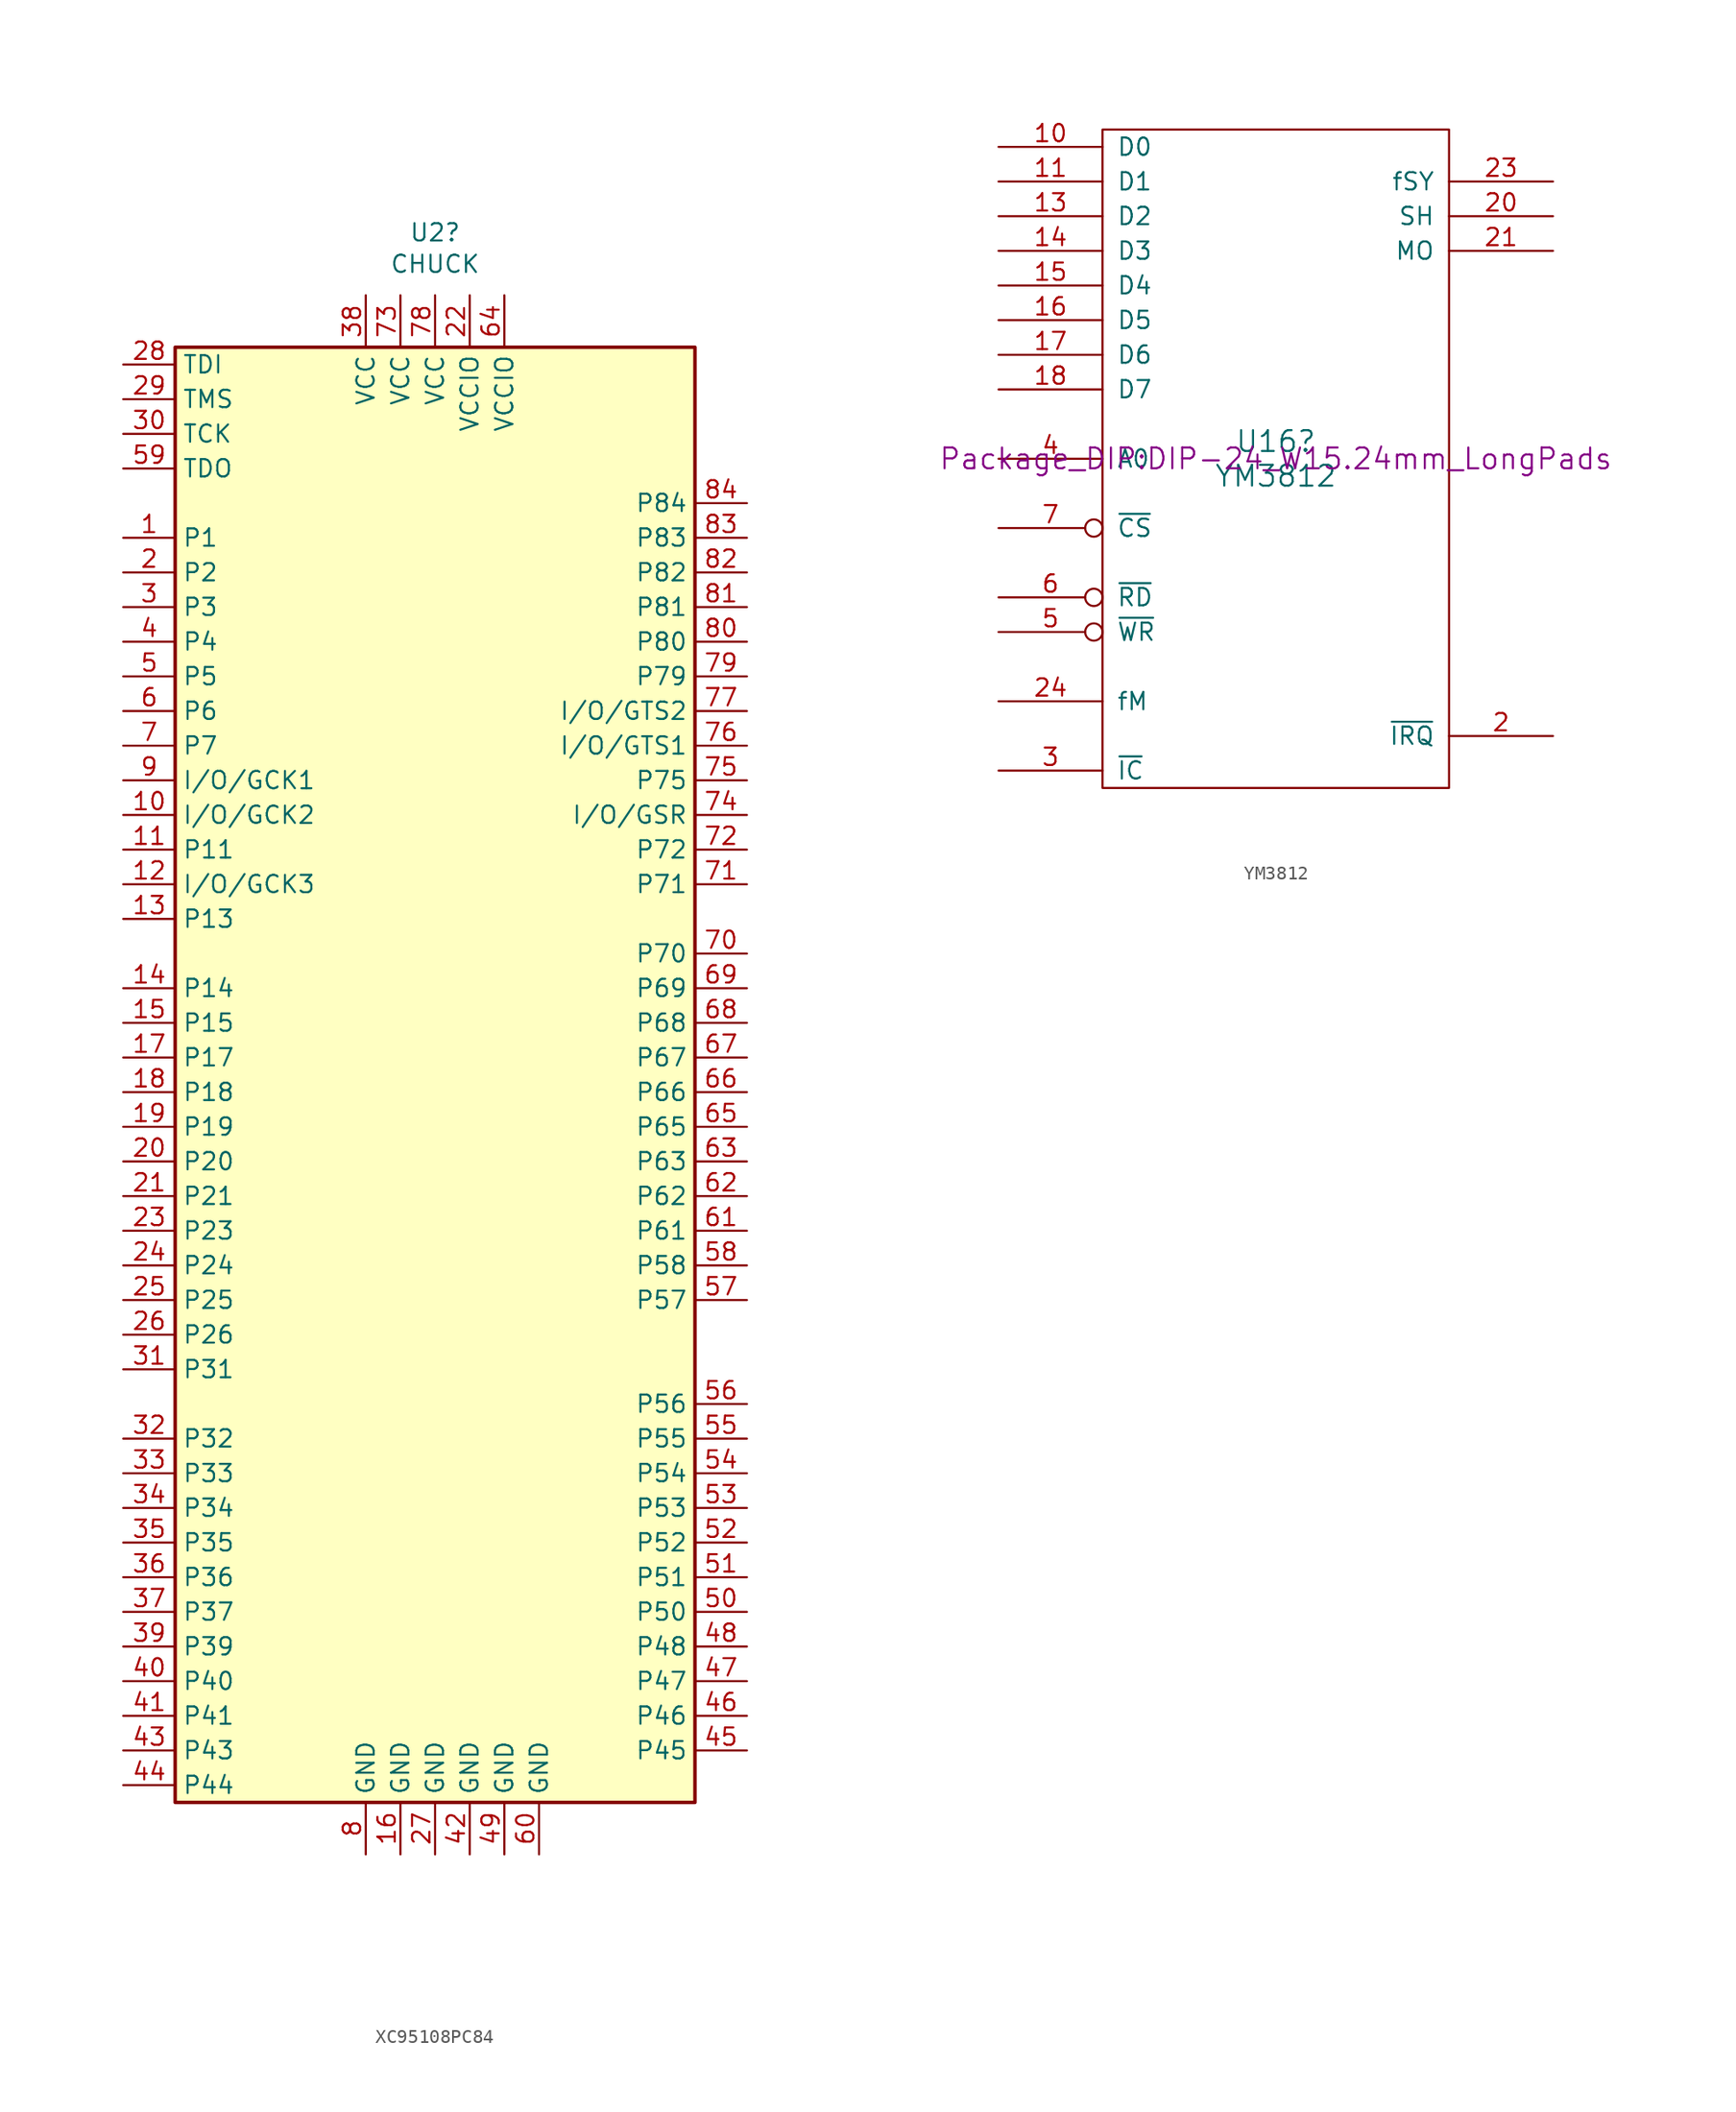
<source format=kicad_sym>
(kicad_symbol_lib
  (version 20220914)
  (generator kicad_symbol_editor)
  (symbol "XC95108PC84"
    (property "Reference" "U2"
      (at 0 60.477 0)
      (effects (font (size 1.27 1.27))))
    (property "Value" "CHUCK"
      (at 0 58.166 0)
      (effects (font (size 1.27 1.27))))
    (symbol "XC95108PC84_1_1"
      (rectangle (start -19.05 52.07) (end 19.05 -54.61) (stroke (width 0.254) (type default)) (fill (type background)))
      (pin bidirectional line (at -22.86 38.1 0) (length 3.81) (name "P1" (effects (font (size 1.27 1.27)))) (number "1" (effects (font (size 1.27 1.27)))))
      (pin bidirectional line (at -22.86 17.78 0) (length 3.81) (name "I/O/GCK2" (effects (font (size 1.27 1.27)))) (number "10" (effects (font (size 1.27 1.27)))))
      (pin bidirectional line (at -22.86 15.24 0) (length 3.81) (name "P11" (effects (font (size 1.27 1.27)))) (number "11" (effects (font (size 1.27 1.27)))))
      (pin bidirectional line (at -22.86 12.7 0) (length 3.81) (name "I/O/GCK3" (effects (font (size 1.27 1.27)))) (number "12" (effects (font (size 1.27 1.27)))))
      (pin bidirectional line (at -22.86 10.16 0) (length 3.81) (name "P13" (effects (font (size 1.27 1.27)))) (number "13" (effects (font (size 1.27 1.27)))))
      (pin bidirectional line (at -22.86 5.08 0) (length 3.81) (name "P14" (effects (font (size 1.27 1.27)))) (number "14" (effects (font (size 1.27 1.27)))))
      (pin bidirectional line (at -22.86 2.54 0) (length 3.81) (name "P15" (effects (font (size 1.27 1.27)))) (number "15" (effects (font (size 1.27 1.27)))))
      (pin power_in line (at -2.54 -58.42 90) (length 3.81) (name "GND" (effects (font (size 1.27 1.27)))) (number "16" (effects (font (size 1.27 1.27)))))
      (pin bidirectional line (at -22.86 0 0) (length 3.81) (name "P17" (effects (font (size 1.27 1.27)))) (number "17" (effects (font (size 1.27 1.27)))))
      (pin bidirectional line (at -22.86 -2.54 0) (length 3.81) (name "P18" (effects (font (size 1.27 1.27)))) (number "18" (effects (font (size 1.27 1.27)))))
      (pin bidirectional line (at -22.86 -5.08 0) (length 3.81) (name "P19" (effects (font (size 1.27 1.27)))) (number "19" (effects (font (size 1.27 1.27)))))
      (pin bidirectional line (at -22.86 35.56 0) (length 3.81) (name "P2" (effects (font (size 1.27 1.27)))) (number "2" (effects (font (size 1.27 1.27)))))
      (pin bidirectional line (at -22.86 -7.62 0) (length 3.81) (name "P20" (effects (font (size 1.27 1.27)))) (number "20" (effects (font (size 1.27 1.27)))))
      (pin bidirectional line (at -22.86 -10.16 0) (length 3.81) (name "P21" (effects (font (size 1.27 1.27)))) (number "21" (effects (font (size 1.27 1.27)))))
      (pin power_in line (at 2.54 55.88 270) (length 3.81) (name "VCCIO" (effects (font (size 1.27 1.27)))) (number "22" (effects (font (size 1.27 1.27)))))
      (pin bidirectional line (at -22.86 -12.7 0) (length 3.81) (name "P23" (effects (font (size 1.27 1.27)))) (number "23" (effects (font (size 1.27 1.27)))))
      (pin bidirectional line (at -22.86 -15.24 0) (length 3.81) (name "P24" (effects (font (size 1.27 1.27)))) (number "24" (effects (font (size 1.27 1.27)))))
      (pin bidirectional line (at -22.86 -17.78 0) (length 3.81) (name "P25" (effects (font (size 1.27 1.27)))) (number "25" (effects (font (size 1.27 1.27)))))
      (pin bidirectional line (at -22.86 -20.32 0) (length 3.81) (name "P26" (effects (font (size 1.27 1.27)))) (number "26" (effects (font (size 1.27 1.27)))))
      (pin power_in line (at 0 -58.42 90) (length 3.81) (name "GND" (effects (font (size 1.27 1.27)))) (number "27" (effects (font (size 1.27 1.27)))))
      (pin input line (at -22.86 50.8 0) (length 3.81) (name "TDI" (effects (font (size 1.27 1.27)))) (number "28" (effects (font (size 1.27 1.27)))))
      (pin input line (at -22.86 48.26 0) (length 3.81) (name "TMS" (effects (font (size 1.27 1.27)))) (number "29" (effects (font (size 1.27 1.27)))))
      (pin bidirectional line (at -22.86 33.02 0) (length 3.81) (name "P3" (effects (font (size 1.27 1.27)))) (number "3" (effects (font (size 1.27 1.27)))))
      (pin input line (at -22.86 45.72 0) (length 3.81) (name "TCK" (effects (font (size 1.27 1.27)))) (number "30" (effects (font (size 1.27 1.27)))))
      (pin bidirectional line (at -22.86 -22.86 0) (length 3.81) (name "P31" (effects (font (size 1.27 1.27)))) (number "31" (effects (font (size 1.27 1.27)))))
      (pin bidirectional line (at -22.86 -27.94 0) (length 3.81) (name "P32" (effects (font (size 1.27 1.27)))) (number "32" (effects (font (size 1.27 1.27)))))
      (pin bidirectional line (at -22.86 -30.48 0) (length 3.81) (name "P33" (effects (font (size 1.27 1.27)))) (number "33" (effects (font (size 1.27 1.27)))))
      (pin bidirectional line (at -22.86 -33.02 0) (length 3.81) (name "P34" (effects (font (size 1.27 1.27)))) (number "34" (effects (font (size 1.27 1.27)))))
      (pin bidirectional line (at -22.86 -35.56 0) (length 3.81) (name "P35" (effects (font (size 1.27 1.27)))) (number "35" (effects (font (size 1.27 1.27)))))
      (pin bidirectional line (at -22.86 -38.1 0) (length 3.81) (name "P36" (effects (font (size 1.27 1.27)))) (number "36" (effects (font (size 1.27 1.27)))))
      (pin bidirectional line (at -22.86 -40.64 0) (length 3.81) (name "P37" (effects (font (size 1.27 1.27)))) (number "37" (effects (font (size 1.27 1.27)))))
      (pin power_in line (at -5.08 55.88 270) (length 3.81) (name "VCC" (effects (font (size 1.27 1.27)))) (number "38" (effects (font (size 1.27 1.27)))))
      (pin bidirectional line (at -22.86 -43.18 0) (length 3.81) (name "P39" (effects (font (size 1.27 1.27)))) (number "39" (effects (font (size 1.27 1.27)))))
      (pin bidirectional line (at -22.86 30.48 0) (length 3.81) (name "P4" (effects (font (size 1.27 1.27)))) (number "4" (effects (font (size 1.27 1.27)))))
      (pin bidirectional line (at -22.86 -45.72 0) (length 3.81) (name "P40" (effects (font (size 1.27 1.27)))) (number "40" (effects (font (size 1.27 1.27)))))
      (pin bidirectional line (at -22.86 -48.26 0) (length 3.81) (name "P41" (effects (font (size 1.27 1.27)))) (number "41" (effects (font (size 1.27 1.27)))))
      (pin power_in line (at 2.54 -58.42 90) (length 3.81) (name "GND" (effects (font (size 1.27 1.27)))) (number "42" (effects (font (size 1.27 1.27)))))
      (pin bidirectional line (at -22.86 -50.8 0) (length 3.81) (name "P43" (effects (font (size 1.27 1.27)))) (number "43" (effects (font (size 1.27 1.27)))))
      (pin bidirectional line (at -22.86 -53.34 0) (length 3.81) (name "P44" (effects (font (size 1.27 1.27)))) (number "44" (effects (font (size 1.27 1.27)))))
      (pin bidirectional line (at 22.86 -50.8 180) (length 3.81) (name "P45" (effects (font (size 1.27 1.27)))) (number "45" (effects (font (size 1.27 1.27)))))
      (pin bidirectional line (at 22.86 -48.26 180) (length 3.81) (name "P46" (effects (font (size 1.27 1.27)))) (number "46" (effects (font (size 1.27 1.27)))))
      (pin bidirectional line (at 22.86 -45.72 180) (length 3.81) (name "P47" (effects (font (size 1.27 1.27)))) (number "47" (effects (font (size 1.27 1.27)))))
      (pin bidirectional line (at 22.86 -43.18 180) (length 3.81) (name "P48" (effects (font (size 1.27 1.27)))) (number "48" (effects (font (size 1.27 1.27)))))
      (pin power_in line (at 5.08 -58.42 90) (length 3.81) (name "GND" (effects (font (size 1.27 1.27)))) (number "49" (effects (font (size 1.27 1.27)))))
      (pin bidirectional line (at -22.86 27.94 0) (length 3.81) (name "P5" (effects (font (size 1.27 1.27)))) (number "5" (effects (font (size 1.27 1.27)))))
      (pin bidirectional line (at 22.86 -40.64 180) (length 3.81) (name "P50" (effects (font (size 1.27 1.27)))) (number "50" (effects (font (size 1.27 1.27)))))
      (pin bidirectional line (at 22.86 -38.1 180) (length 3.81) (name "P51" (effects (font (size 1.27 1.27)))) (number "51" (effects (font (size 1.27 1.27)))))
      (pin bidirectional line (at 22.86 -35.56 180) (length 3.81) (name "P52" (effects (font (size 1.27 1.27)))) (number "52" (effects (font (size 1.27 1.27)))))
      (pin bidirectional line (at 22.86 -33.02 180) (length 3.81) (name "P53" (effects (font (size 1.27 1.27)))) (number "53" (effects (font (size 1.27 1.27)))))
      (pin bidirectional line (at 22.86 -30.48 180) (length 3.81) (name "P54" (effects (font (size 1.27 1.27)))) (number "54" (effects (font (size 1.27 1.27)))))
      (pin bidirectional line (at 22.86 -27.94 180) (length 3.81) (name "P55" (effects (font (size 1.27 1.27)))) (number "55" (effects (font (size 1.27 1.27)))))
      (pin bidirectional line (at 22.86 -25.4 180) (length 3.81) (name "P56" (effects (font (size 1.27 1.27)))) (number "56" (effects (font (size 1.27 1.27)))))
      (pin bidirectional line (at 22.86 -17.78 180) (length 3.81) (name "P57" (effects (font (size 1.27 1.27)))) (number "57" (effects (font (size 1.27 1.27)))))
      (pin bidirectional line (at 22.86 -15.24 180) (length 3.81) (name "P58" (effects (font (size 1.27 1.27)))) (number "58" (effects (font (size 1.27 1.27)))))
      (pin output line (at -22.86 43.18 0) (length 3.81) (name "TDO" (effects (font (size 1.27 1.27)))) (number "59" (effects (font (size 1.27 1.27)))))
      (pin bidirectional line (at -22.86 25.4 0) (length 3.81) (name "P6" (effects (font (size 1.27 1.27)))) (number "6" (effects (font (size 1.27 1.27)))))
      (pin power_in line (at 7.62 -58.42 90) (length 3.81) (name "GND" (effects (font (size 1.27 1.27)))) (number "60" (effects (font (size 1.27 1.27)))))
      (pin bidirectional line (at 22.86 -12.7 180) (length 3.81) (name "P61" (effects (font (size 1.27 1.27)))) (number "61" (effects (font (size 1.27 1.27)))))
      (pin bidirectional line (at 22.86 -10.16 180) (length 3.81) (name "P62" (effects (font (size 1.27 1.27)))) (number "62" (effects (font (size 1.27 1.27)))))
      (pin bidirectional line (at 22.86 -7.62 180) (length 3.81) (name "P63" (effects (font (size 1.27 1.27)))) (number "63" (effects (font (size 1.27 1.27)))))
      (pin power_in line (at 5.08 55.88 270) (length 3.81) (name "VCCIO" (effects (font (size 1.27 1.27)))) (number "64" (effects (font (size 1.27 1.27)))))
      (pin bidirectional line (at 22.86 -5.08 180) (length 3.81) (name "P65" (effects (font (size 1.27 1.27)))) (number "65" (effects (font (size 1.27 1.27)))))
      (pin bidirectional line (at 22.86 -2.54 180) (length 3.81) (name "P66" (effects (font (size 1.27 1.27)))) (number "66" (effects (font (size 1.27 1.27)))))
      (pin bidirectional line (at 22.86 0 180) (length 3.81) (name "P67" (effects (font (size 1.27 1.27)))) (number "67" (effects (font (size 1.27 1.27)))))
      (pin bidirectional line (at 22.86 2.54 180) (length 3.81) (name "P68" (effects (font (size 1.27 1.27)))) (number "68" (effects (font (size 1.27 1.27)))))
      (pin bidirectional line (at 22.86 5.08 180) (length 3.81) (name "P69" (effects (font (size 1.27 1.27)))) (number "69" (effects (font (size 1.27 1.27)))))
      (pin bidirectional line (at -22.86 22.86 0) (length 3.81) (name "P7" (effects (font (size 1.27 1.27)))) (number "7" (effects (font (size 1.27 1.27)))))
      (pin bidirectional line (at 22.86 7.62 180) (length 3.81) (name "P70" (effects (font (size 1.27 1.27)))) (number "70" (effects (font (size 1.27 1.27)))))
      (pin bidirectional line (at 22.86 12.7 180) (length 3.81) (name "P71" (effects (font (size 1.27 1.27)))) (number "71" (effects (font (size 1.27 1.27)))))
      (pin bidirectional line (at 22.86 15.24 180) (length 3.81) (name "P72" (effects (font (size 1.27 1.27)))) (number "72" (effects (font (size 1.27 1.27)))))
      (pin power_in line (at -2.54 55.88 270) (length 3.81) (name "VCC" (effects (font (size 1.27 1.27)))) (number "73" (effects (font (size 1.27 1.27)))))
      (pin bidirectional line (at 22.86 17.78 180) (length 3.81) (name "I/O/GSR" (effects (font (size 1.27 1.27)))) (number "74" (effects (font (size 1.27 1.27)))))
      (pin bidirectional line (at 22.86 20.32 180) (length 3.81) (name "P75" (effects (font (size 1.27 1.27)))) (number "75" (effects (font (size 1.27 1.27)))))
      (pin bidirectional line (at 22.86 22.86 180) (length 3.81) (name "I/O/GTS1" (effects (font (size 1.27 1.27)))) (number "76" (effects (font (size 1.27 1.27)))))
      (pin bidirectional line (at 22.86 25.4 180) (length 3.81) (name "I/O/GTS2" (effects (font (size 1.27 1.27)))) (number "77" (effects (font (size 1.27 1.27)))))
      (pin power_in line (at 0 55.88 270) (length 3.81) (name "VCC" (effects (font (size 1.27 1.27)))) (number "78" (effects (font (size 1.27 1.27)))))
      (pin bidirectional line (at 22.86 27.94 180) (length 3.81) (name "P79" (effects (font (size 1.27 1.27)))) (number "79" (effects (font (size 1.27 1.27)))))
      (pin power_in line (at -5.08 -58.42 90) (length 3.81) (name "GND" (effects (font (size 1.27 1.27)))) (number "8" (effects (font (size 1.27 1.27)))))
      (pin bidirectional line (at 22.86 30.48 180) (length 3.81) (name "P80" (effects (font (size 1.27 1.27)))) (number "80" (effects (font (size 1.27 1.27)))))
      (pin bidirectional line (at 22.86 33.02 180) (length 3.81) (name "P81" (effects (font (size 1.27 1.27)))) (number "81" (effects (font (size 1.27 1.27)))))
      (pin bidirectional line (at 22.86 35.56 180) (length 3.81) (name "P82" (effects (font (size 1.27 1.27)))) (number "82" (effects (font (size 1.27 1.27)))))
      (pin bidirectional line (at 22.86 38.1 180) (length 3.81) (name "P83" (effects (font (size 1.27 1.27)))) (number "83" (effects (font (size 1.27 1.27)))))
      (pin bidirectional line (at 22.86 40.64 180) (length 3.81) (name "P84" (effects (font (size 1.27 1.27)))) (number "84" (effects (font (size 1.27 1.27)))))
      (pin bidirectional line (at -22.86 20.32 0) (length 3.81) (name "I/O/GCK1" (effects (font (size 1.27 1.27)))) (number "9" (effects (font (size 1.27 1.27)))))))
  (symbol "YM3812"
    (pin_names
      (offset 1.016))
    (property "Reference" "U16"
      (at 0 1.27 0)
      (effects (font (size 1.524 1.524))))
    (property "Value" "YM3812"
      (at 0 -1.27 0)
      (effects (font (size 1.524 1.524))))
    (property "Footprint" "Package_DIP:DIP-24_W15.24mm_LongPads"
      (at 0 0 0)
      (effects (font (size 1.524 1.524))))
    (property "Datasheet" ""
      (at 0 0 0)
      (effects (font (size 1.524 1.524))))
    (symbol "YM3812_0_1"
      (rectangle (start -12.7 24.13) (end 12.7 -24.13) (stroke (width 0) (type solid)) (fill (type none))))
    (symbol "YM3812_1_1"
      (pin power_in line (at 0 24.13 270) (length 0) hide (name "VCC" (effects (font (size 1.27 1.27)))) (number "1" (effects (font (size 1.27 1.27)))))
      (pin tri_state line (at -20.32 22.86 0) (length 7.62) (name "D0" (effects (font (size 1.27 1.27)))) (number "10" (effects (font (size 1.27 1.27)))))
      (pin tri_state line (at -20.32 20.32 0) (length 7.62) (name "D1" (effects (font (size 1.27 1.27)))) (number "11" (effects (font (size 1.27 1.27)))))
      (pin power_in line (at 0 -24.13 90) (length 0) hide (name "GND" (effects (font (size 1.27 1.27)))) (number "12" (effects (font (size 1.27 1.27)))))
      (pin tri_state line (at -20.32 17.78 0) (length 7.62) (name "D2" (effects (font (size 1.27 1.27)))) (number "13" (effects (font (size 1.27 1.27)))))
      (pin tri_state line (at -20.32 15.24 0) (length 7.62) (name "D3" (effects (font (size 1.27 1.27)))) (number "14" (effects (font (size 1.27 1.27)))))
      (pin tri_state line (at -20.32 12.7 0) (length 7.62) (name "D4" (effects (font (size 1.27 1.27)))) (number "15" (effects (font (size 1.27 1.27)))))
      (pin tri_state line (at -20.32 10.16 0) (length 7.62) (name "D5" (effects (font (size 1.27 1.27)))) (number "16" (effects (font (size 1.27 1.27)))))
      (pin tri_state line (at -20.32 7.62 0) (length 7.62) (name "D6" (effects (font (size 1.27 1.27)))) (number "17" (effects (font (size 1.27 1.27)))))
      (pin tri_state line (at -20.32 5.08 0) (length 7.62) (name "D7" (effects (font (size 1.27 1.27)))) (number "18" (effects (font (size 1.27 1.27)))))
      (pin output line (at 20.32 -20.32 180) (length 7.62) (name "~{IRQ}" (effects (font (size 1.27 1.27)))) (number "2" (effects (font (size 1.27 1.27)))))
      (pin output line (at 20.32 17.78 180) (length 7.62) (name "SH" (effects (font (size 1.27 1.27)))) (number "20" (effects (font (size 1.27 1.27)))))
      (pin output line (at 20.32 15.24 180) (length 7.62) (name "MO" (effects (font (size 1.27 1.27)))) (number "21" (effects (font (size 1.27 1.27)))))
      (pin output line (at 20.32 20.32 180) (length 7.62) (name "fSY" (effects (font (size 1.27 1.27)))) (number "23" (effects (font (size 1.27 1.27)))))
      (pin input line (at -20.32 -17.78 0) (length 7.62) (name "fM" (effects (font (size 1.27 1.27)))) (number "24" (effects (font (size 1.27 1.27)))))
      (pin input line (at -20.32 -22.86 0) (length 7.62) (name "~{IC}" (effects (font (size 1.27 1.27)))) (number "3" (effects (font (size 1.27 1.27)))))
      (pin input line (at -20.32 0 0) (length 7.62) (name "A0" (effects (font (size 1.27 1.27)))) (number "4" (effects (font (size 1.27 1.27)))))
      (pin input inverted (at -20.32 -12.7 0) (length 7.62) (name "~{WR}" (effects (font (size 1.27 1.27)))) (number "5" (effects (font (size 1.27 1.27)))))
      (pin input inverted (at -20.32 -10.16 0) (length 7.62) (name "~{RD}" (effects (font (size 1.27 1.27)))) (number "6" (effects (font (size 1.27 1.27)))))
      (pin input inverted (at -20.32 -5.08 0) (length 7.62) (name "~{CS}" (effects (font (size 1.27 1.27)))) (number "7" (effects (font (size 1.27 1.27))))))))
</source>
